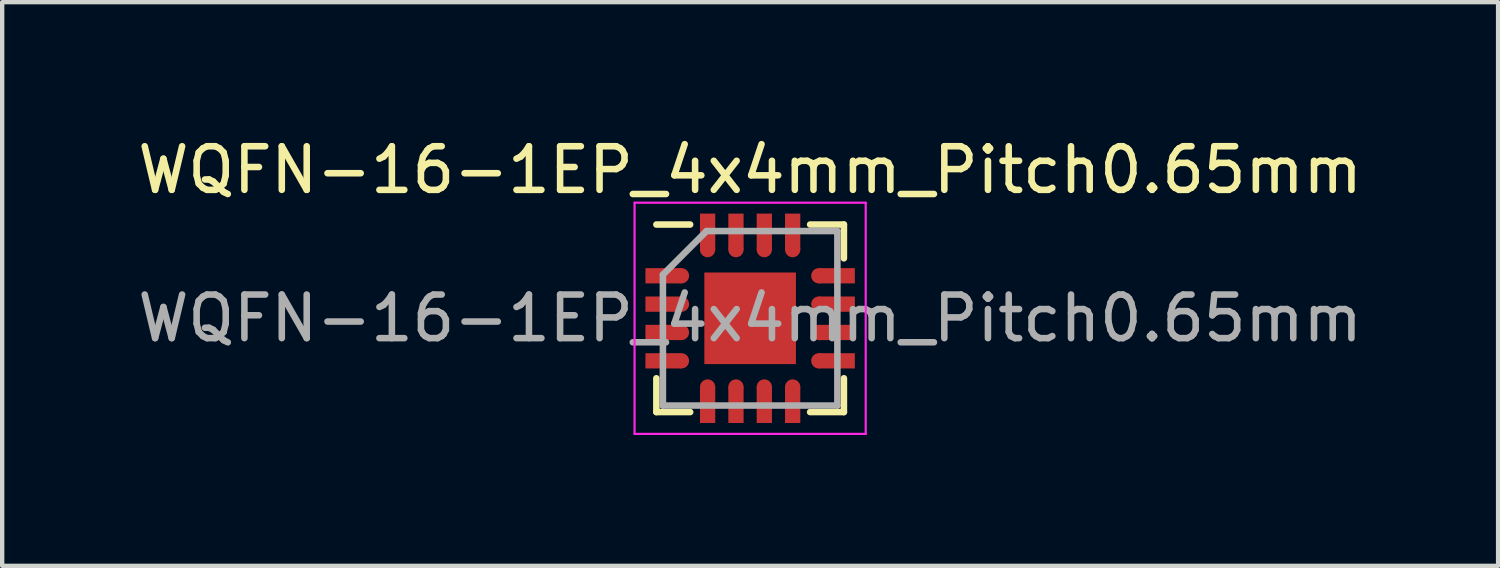
<source format=kicad_pcb>
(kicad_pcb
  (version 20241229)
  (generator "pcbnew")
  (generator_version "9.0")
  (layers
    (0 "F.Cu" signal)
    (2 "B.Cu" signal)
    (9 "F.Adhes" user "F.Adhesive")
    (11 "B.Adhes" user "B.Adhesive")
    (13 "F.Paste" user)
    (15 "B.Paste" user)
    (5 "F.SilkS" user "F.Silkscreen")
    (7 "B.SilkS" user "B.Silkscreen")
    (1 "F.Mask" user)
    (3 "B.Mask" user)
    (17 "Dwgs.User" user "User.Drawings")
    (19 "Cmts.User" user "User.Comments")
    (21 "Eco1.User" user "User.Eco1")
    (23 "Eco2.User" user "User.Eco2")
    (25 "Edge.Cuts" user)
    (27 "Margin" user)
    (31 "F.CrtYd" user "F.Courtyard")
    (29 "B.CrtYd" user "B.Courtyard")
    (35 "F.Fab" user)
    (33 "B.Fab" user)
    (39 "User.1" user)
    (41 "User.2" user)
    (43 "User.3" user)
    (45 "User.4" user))
  (footprint "WQFN-16-1EP_4x4mm_Pitch0.65mm"
    (layer "F.Cu")
    (at 14.149 4.248)
    (property "Reference" "WQFN-16-1EP_4x4mm_Pitch0.65mm" (at 0 -3.4 0) (layer "F.SilkS") (effects (font (size 1 1) (thickness 0.15))))
    (attr smd)
    (fp_line (start -2.15 -2.15) (end -1.375 -2.15) (stroke (width 0.15) (type solid)) (layer "F.SilkS"))
    (fp_line (start -2.15 2.15) (end -2.15 1.375) (stroke (width 0.15) (type solid)) (layer "F.SilkS"))
    (fp_line (start -2.15 2.15) (end -1.375 2.15) (stroke (width 0.15) (type solid)) (layer "F.SilkS"))
    (fp_line (start 2.15 -2.15) (end 1.375 -2.15) (stroke (width 0.15) (type solid)) (layer "F.SilkS"))
    (fp_line (start 2.15 -2.15) (end 2.15 -1.375) (stroke (width 0.15) (type solid)) (layer "F.SilkS"))
    (fp_line (start 2.15 2.15) (end 1.375 2.15) (stroke (width 0.15) (type solid)) (layer "F.SilkS"))
    (fp_line (start 2.15 2.15) (end 2.15 1.375) (stroke (width 0.15) (type solid)) (layer "F.SilkS"))
    (fp_line (start -2.65 -2.65) (end -2.65 2.65) (stroke (width 0.05) (type solid)) (layer "F.CrtYd"))
    (fp_line (start -2.65 -2.65) (end 2.65 -2.65) (stroke (width 0.05) (type solid)) (layer "F.CrtYd"))
    (fp_line (start -2.65 2.65) (end 2.65 2.65) (stroke (width 0.05) (type solid)) (layer "F.CrtYd"))
    (fp_line (start 2.65 -2.65) (end 2.65 2.65) (stroke (width 0.05) (type solid)) (layer "F.CrtYd"))
    (fp_line (start -2 -1) (end -1 -2) (stroke (width 0.15) (type solid)) (layer "F.Fab"))
    (fp_line (start -2 2) (end -2 -1) (stroke (width 0.15) (type solid)) (layer "F.Fab"))
    (fp_line (start -1 -2) (end 2 -2) (stroke (width 0.15) (type solid)) (layer "F.Fab"))
    (fp_line (start 2 -2) (end 2 2) (stroke (width 0.15) (type solid)) (layer "F.Fab"))
    (fp_line (start 2 2) (end -2 2) (stroke (width 0.15) (type solid)) (layer "F.Fab"))
    (fp_text user "${REFERENCE}" (at 0 0 0) (layer "F.Fab") (effects (font (size 1 1) (thickness 0.15))))
    (pad "1" smd rect (at -1.988 -0.975) (size 0.825 0.35) (layers "F.Cu" "F.Mask" "F.Paste"))
    (pad "1" smd circle (at -1.575 -0.975) (size 0.35 0.35) (layers "F.Cu" "F.Mask" "F.Paste"))
    (pad "2" smd rect (at -1.988 -0.325) (size 0.825 0.35) (layers "F.Cu" "F.Mask" "F.Paste"))
    (pad "2" smd circle (at -1.575 -0.325) (size 0.35 0.35) (layers "F.Cu" "F.Mask" "F.Paste"))
    (pad "3" smd rect (at -1.988 0.325) (size 0.825 0.35) (layers "F.Cu" "F.Mask" "F.Paste"))
    (pad "3" smd circle (at -1.575 0.325) (size 0.35 0.35) (layers "F.Cu" "F.Mask" "F.Paste"))
    (pad "4" smd rect (at -1.988 0.975) (size 0.825 0.35) (layers "F.Cu" "F.Mask" "F.Paste"))
    (pad "4" smd circle (at -1.575 0.975) (size 0.35 0.35) (layers "F.Cu" "F.Mask" "F.Paste"))
    (pad "5" smd circle (at -0.975 1.575 90) (size 0.35 0.35) (layers "F.Cu" "F.Mask" "F.Paste"))
    (pad "5" smd rect (at -0.975 1.988 90) (size 0.825 0.35) (layers "F.Cu" "F.Mask" "F.Paste"))
    (pad "6" smd circle (at -0.325 1.575 90) (size 0.35 0.35) (layers "F.Cu" "F.Mask" "F.Paste"))
    (pad "6" smd rect (at -0.325 1.988 90) (size 0.825 0.35) (layers "F.Cu" "F.Mask" "F.Paste"))
    (pad "7" smd circle (at 0.325 1.575 90) (size 0.35 0.35) (layers "F.Cu" "F.Mask" "F.Paste"))
    (pad "7" smd rect (at 0.325 1.988 90) (size 0.825 0.35) (layers "F.Cu" "F.Mask" "F.Paste"))
    (pad "8" smd circle (at 0.975 1.575 90) (size 0.35 0.35) (layers "F.Cu" "F.Mask" "F.Paste"))
    (pad "8" smd rect (at 0.975 1.988 90) (size 0.825 0.35) (layers "F.Cu" "F.Mask" "F.Paste"))
    (pad "9" smd circle (at 1.575 0.975) (size 0.35 0.35) (layers "F.Cu" "F.Mask" "F.Paste"))
    (pad "9" smd rect (at 1.988 0.975) (size 0.825 0.35) (layers "F.Cu" "F.Mask" "F.Paste"))
    (pad "10" smd circle (at 1.575 0.325) (size 0.35 0.35) (layers "F.Cu" "F.Mask" "F.Paste"))
    (pad "10" smd rect (at 1.988 0.325) (size 0.825 0.35) (layers "F.Cu" "F.Mask" "F.Paste"))
    (pad "11" smd circle (at 1.575 -0.325) (size 0.35 0.35) (layers "F.Cu" "F.Mask" "F.Paste"))
    (pad "11" smd rect (at 1.988 -0.325) (size 0.825 0.35) (layers "F.Cu" "F.Mask" "F.Paste"))
    (pad "12" smd circle (at 1.575 -0.975) (size 0.35 0.35) (layers "F.Cu" "F.Mask" "F.Paste"))
    (pad "12" smd rect (at 1.988 -0.975) (size 0.825 0.35) (layers "F.Cu" "F.Mask" "F.Paste"))
    (pad "13" smd rect (at 0.975 -1.988 90) (size 0.825 0.35) (layers "F.Cu" "F.Mask" "F.Paste"))
    (pad "13" smd circle (at 0.975 -1.575 90) (size 0.35 0.35) (layers "F.Cu" "F.Mask" "F.Paste"))
    (pad "14" smd rect (at 0.325 -1.988 90) (size 0.825 0.35) (layers "F.Cu" "F.Mask" "F.Paste"))
    (pad "14" smd circle (at 0.325 -1.575 90) (size 0.35 0.35) (layers "F.Cu" "F.Mask" "F.Paste"))
    (pad "15" smd rect (at -0.325 -1.988 90) (size 0.825 0.35) (layers "F.Cu" "F.Mask" "F.Paste"))
    (pad "15" smd circle (at -0.325 -1.575 90) (size 0.35 0.35) (layers "F.Cu" "F.Mask" "F.Paste"))
    (pad "16" smd rect (at -0.975 -1.988 90) (size 0.825 0.35) (layers "F.Cu" "F.Mask" "F.Paste"))
    (pad "16" smd circle (at -0.975 -1.575 90) (size 0.35 0.35) (layers "F.Cu" "F.Mask" "F.Paste"))
    (pad "17" smd rect (at 0 0) (size 2.1 2.1) (layers "F.Cu" "F.Mask" "F.Paste")))
  (gr_rect
    (start -3 -3)
    (end 31.298 9.923)
    (stroke (width 0.1) (type default))
    (fill no)
    (layer "Edge.Cuts")))
</source>
